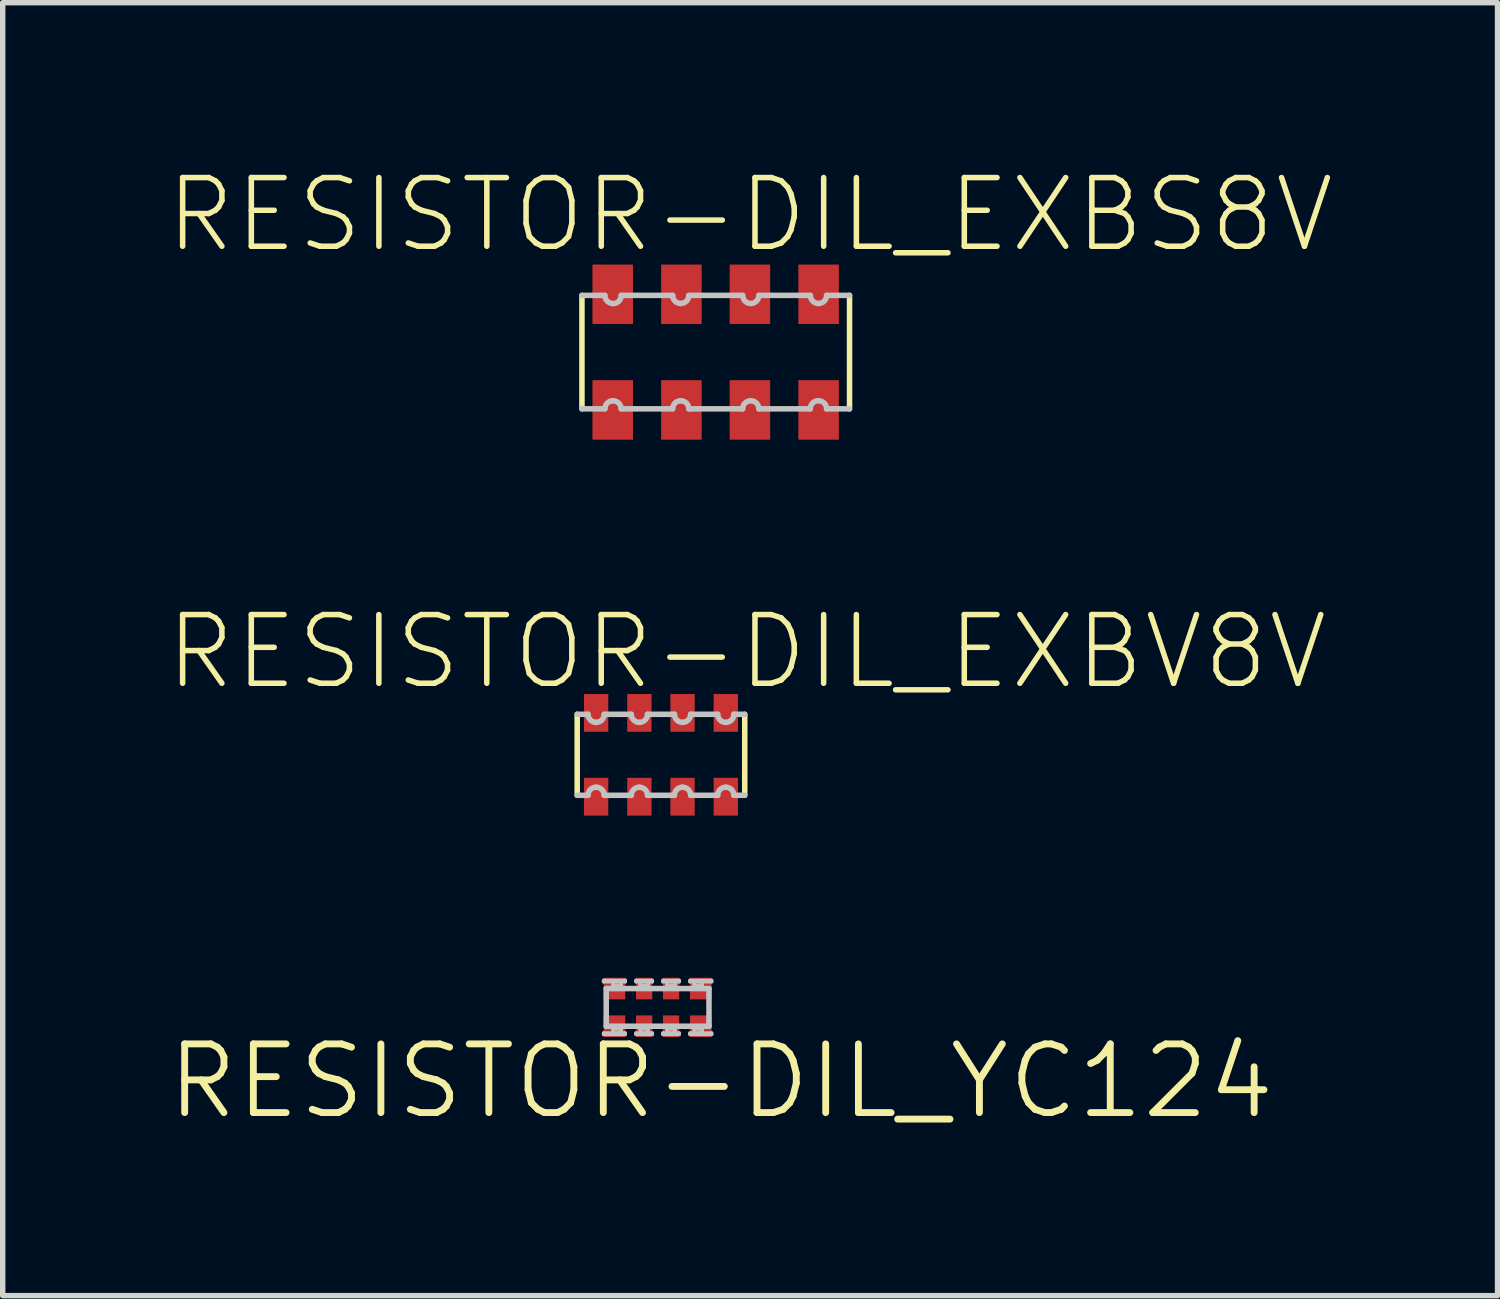
<source format=kicad_pcb>
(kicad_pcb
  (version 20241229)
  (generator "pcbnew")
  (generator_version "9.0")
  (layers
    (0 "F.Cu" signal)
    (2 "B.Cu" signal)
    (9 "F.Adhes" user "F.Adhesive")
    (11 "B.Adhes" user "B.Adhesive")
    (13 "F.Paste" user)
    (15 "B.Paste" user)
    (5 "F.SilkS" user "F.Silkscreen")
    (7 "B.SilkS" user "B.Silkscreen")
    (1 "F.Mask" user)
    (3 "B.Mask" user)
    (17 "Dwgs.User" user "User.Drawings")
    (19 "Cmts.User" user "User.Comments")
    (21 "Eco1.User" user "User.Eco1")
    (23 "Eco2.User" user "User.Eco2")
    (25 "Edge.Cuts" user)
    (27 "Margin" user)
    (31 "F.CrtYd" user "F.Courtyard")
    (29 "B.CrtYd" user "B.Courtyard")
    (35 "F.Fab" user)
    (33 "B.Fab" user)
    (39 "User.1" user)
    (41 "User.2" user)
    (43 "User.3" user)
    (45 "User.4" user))
  (footprint "RESISTOR-DIL_YC124"
    (layer "F.Cu")
    (at 9.11 15.578)
    (property "Reference" "RESISTOR-DIL_YC124" (at 1.173 1.364 0) (layer "F.SilkS") (effects (font (size 1.27 1.27) (thickness 0.127))))
    (attr smd)
    (fp_line (start -0.998 -0.498) (end -0.599 -0.498) (stroke (width 0.066) (type solid)) (layer "Dwgs.User"))
    (fp_line (start -0.998 -0.475) (end -0.998 -0.498) (stroke (width 0.066) (type solid)) (layer "Dwgs.User"))
    (fp_line (start -0.998 -0.475) (end -0.599 -0.475) (stroke (width 0.066) (type solid)) (layer "Dwgs.User"))
    (fp_line (start -0.998 0.475) (end -0.599 0.475) (stroke (width 0.066) (type solid)) (layer "Dwgs.User"))
    (fp_line (start -0.998 0.498) (end -0.998 0.475) (stroke (width 0.066) (type solid)) (layer "Dwgs.User"))
    (fp_line (start -0.998 0.498) (end -0.599 0.498) (stroke (width 0.066) (type solid)) (layer "Dwgs.User"))
    (fp_line (start -0.95 -0.348) (end 0.95 -0.348) (stroke (width 0.102) (type solid)) (layer "Dwgs.User"))
    (fp_line (start -0.95 0.348) (end -0.95 -0.348) (stroke (width 0.102) (type solid)) (layer "Dwgs.User"))
    (fp_line (start -0.823 -0.475) (end -0.673 -0.475) (stroke (width 0.066) (type solid)) (layer "Dwgs.User"))
    (fp_line (start -0.823 -0.399) (end -0.823 -0.475) (stroke (width 0.066) (type solid)) (layer "Dwgs.User"))
    (fp_line (start -0.823 -0.399) (end -0.673 -0.399) (stroke (width 0.066) (type solid)) (layer "Dwgs.User"))
    (fp_line (start -0.823 0.399) (end -0.673 0.399) (stroke (width 0.066) (type solid)) (layer "Dwgs.User"))
    (fp_line (start -0.823 0.475) (end -0.823 0.399) (stroke (width 0.066) (type solid)) (layer "Dwgs.User"))
    (fp_line (start -0.823 0.475) (end -0.673 0.475) (stroke (width 0.066) (type solid)) (layer "Dwgs.User"))
    (fp_line (start -0.673 -0.399) (end -0.673 -0.475) (stroke (width 0.066) (type solid)) (layer "Dwgs.User"))
    (fp_line (start -0.673 0.475) (end -0.673 0.399) (stroke (width 0.066) (type solid)) (layer "Dwgs.User"))
    (fp_line (start -0.599 -0.475) (end -0.599 -0.498) (stroke (width 0.066) (type solid)) (layer "Dwgs.User"))
    (fp_line (start -0.599 0.498) (end -0.599 0.475) (stroke (width 0.066) (type solid)) (layer "Dwgs.User"))
    (fp_line (start -0.399 -0.498) (end -0.099 -0.498) (stroke (width 0.066) (type solid)) (layer "Dwgs.User"))
    (fp_line (start -0.399 -0.475) (end -0.399 -0.498) (stroke (width 0.066) (type solid)) (layer "Dwgs.User"))
    (fp_line (start -0.399 -0.475) (end -0.099 -0.475) (stroke (width 0.066) (type solid)) (layer "Dwgs.User"))
    (fp_line (start -0.399 0.475) (end -0.099 0.475) (stroke (width 0.066) (type solid)) (layer "Dwgs.User"))
    (fp_line (start -0.399 0.498) (end -0.399 0.475) (stroke (width 0.066) (type solid)) (layer "Dwgs.User"))
    (fp_line (start -0.399 0.498) (end -0.099 0.498) (stroke (width 0.066) (type solid)) (layer "Dwgs.User"))
    (fp_line (start -0.323 -0.475) (end -0.173 -0.475) (stroke (width 0.066) (type solid)) (layer "Dwgs.User"))
    (fp_line (start -0.323 -0.399) (end -0.323 -0.475) (stroke (width 0.066) (type solid)) (layer "Dwgs.User"))
    (fp_line (start -0.323 -0.399) (end -0.173 -0.399) (stroke (width 0.066) (type solid)) (layer "Dwgs.User"))
    (fp_line (start -0.323 0.399) (end -0.173 0.399) (stroke (width 0.066) (type solid)) (layer "Dwgs.User"))
    (fp_line (start -0.323 0.475) (end -0.323 0.399) (stroke (width 0.066) (type solid)) (layer "Dwgs.User"))
    (fp_line (start -0.323 0.475) (end -0.173 0.475) (stroke (width 0.066) (type solid)) (layer "Dwgs.User"))
    (fp_line (start -0.173 -0.399) (end -0.173 -0.475) (stroke (width 0.066) (type solid)) (layer "Dwgs.User"))
    (fp_line (start -0.173 0.475) (end -0.173 0.399) (stroke (width 0.066) (type solid)) (layer "Dwgs.User"))
    (fp_line (start -0.099 -0.475) (end -0.099 -0.498) (stroke (width 0.066) (type solid)) (layer "Dwgs.User"))
    (fp_line (start -0.099 0.498) (end -0.099 0.475) (stroke (width 0.066) (type solid)) (layer "Dwgs.User"))
    (fp_line (start 0.099 -0.498) (end 0.399 -0.498) (stroke (width 0.066) (type solid)) (layer "Dwgs.User"))
    (fp_line (start 0.099 -0.475) (end 0.099 -0.498) (stroke (width 0.066) (type solid)) (layer "Dwgs.User"))
    (fp_line (start 0.099 -0.475) (end 0.399 -0.475) (stroke (width 0.066) (type solid)) (layer "Dwgs.User"))
    (fp_line (start 0.099 0.475) (end 0.399 0.475) (stroke (width 0.066) (type solid)) (layer "Dwgs.User"))
    (fp_line (start 0.099 0.498) (end 0.099 0.475) (stroke (width 0.066) (type solid)) (layer "Dwgs.User"))
    (fp_line (start 0.099 0.498) (end 0.399 0.498) (stroke (width 0.066) (type solid)) (layer "Dwgs.User"))
    (fp_line (start 0.173 -0.475) (end 0.323 -0.475) (stroke (width 0.066) (type solid)) (layer "Dwgs.User"))
    (fp_line (start 0.173 -0.399) (end 0.173 -0.475) (stroke (width 0.066) (type solid)) (layer "Dwgs.User"))
    (fp_line (start 0.173 -0.399) (end 0.323 -0.399) (stroke (width 0.066) (type solid)) (layer "Dwgs.User"))
    (fp_line (start 0.173 0.399) (end 0.323 0.399) (stroke (width 0.066) (type solid)) (layer "Dwgs.User"))
    (fp_line (start 0.173 0.475) (end 0.173 0.399) (stroke (width 0.066) (type solid)) (layer "Dwgs.User"))
    (fp_line (start 0.173 0.475) (end 0.323 0.475) (stroke (width 0.066) (type solid)) (layer "Dwgs.User"))
    (fp_line (start 0.323 -0.399) (end 0.323 -0.475) (stroke (width 0.066) (type solid)) (layer "Dwgs.User"))
    (fp_line (start 0.323 0.475) (end 0.323 0.399) (stroke (width 0.066) (type solid)) (layer "Dwgs.User"))
    (fp_line (start 0.399 -0.475) (end 0.399 -0.498) (stroke (width 0.066) (type solid)) (layer "Dwgs.User"))
    (fp_line (start 0.399 0.498) (end 0.399 0.475) (stroke (width 0.066) (type solid)) (layer "Dwgs.User"))
    (fp_line (start 0.599 -0.498) (end 0.998 -0.498) (stroke (width 0.066) (type solid)) (layer "Dwgs.User"))
    (fp_line (start 0.599 -0.475) (end 0.599 -0.498) (stroke (width 0.066) (type solid)) (layer "Dwgs.User"))
    (fp_line (start 0.599 -0.475) (end 0.998 -0.475) (stroke (width 0.066) (type solid)) (layer "Dwgs.User"))
    (fp_line (start 0.599 0.475) (end 0.998 0.475) (stroke (width 0.066) (type solid)) (layer "Dwgs.User"))
    (fp_line (start 0.599 0.498) (end 0.599 0.475) (stroke (width 0.066) (type solid)) (layer "Dwgs.User"))
    (fp_line (start 0.599 0.498) (end 0.998 0.498) (stroke (width 0.066) (type solid)) (layer "Dwgs.User"))
    (fp_line (start 0.673 -0.475) (end 0.823 -0.475) (stroke (width 0.066) (type solid)) (layer "Dwgs.User"))
    (fp_line (start 0.673 -0.399) (end 0.673 -0.475) (stroke (width 0.066) (type solid)) (layer "Dwgs.User"))
    (fp_line (start 0.673 -0.399) (end 0.823 -0.399) (stroke (width 0.066) (type solid)) (layer "Dwgs.User"))
    (fp_line (start 0.673 0.399) (end 0.823 0.399) (stroke (width 0.066) (type solid)) (layer "Dwgs.User"))
    (fp_line (start 0.673 0.475) (end 0.673 0.399) (stroke (width 0.066) (type solid)) (layer "Dwgs.User"))
    (fp_line (start 0.673 0.475) (end 0.823 0.475) (stroke (width 0.066) (type solid)) (layer "Dwgs.User"))
    (fp_line (start 0.823 -0.399) (end 0.823 -0.475) (stroke (width 0.066) (type solid)) (layer "Dwgs.User"))
    (fp_line (start 0.823 0.475) (end 0.823 0.399) (stroke (width 0.066) (type solid)) (layer "Dwgs.User"))
    (fp_line (start 0.95 -0.348) (end 0.95 0.348) (stroke (width 0.102) (type solid)) (layer "Dwgs.User"))
    (fp_line (start 0.95 0.348) (end -0.95 0.348) (stroke (width 0.102) (type solid)) (layer "Dwgs.User"))
    (fp_line (start 0.998 -0.475) (end 0.998 -0.498) (stroke (width 0.066) (type solid)) (layer "Dwgs.User"))
    (fp_line (start 0.998 0.498) (end 0.998 0.475) (stroke (width 0.066) (type solid)) (layer "Dwgs.User"))
    (pad "1" smd rect (at -0.798 0.348) (size 0.399 0.399) (layers "F.Cu" "F.Mask" "F.Paste"))
    (pad "2" smd rect (at -0.249 0.348) (size 0.3 0.399) (layers "F.Cu" "F.Mask" "F.Paste"))
    (pad "3" smd rect (at 0.249 0.348) (size 0.3 0.399) (layers "F.Cu" "F.Mask" "F.Paste"))
    (pad "4" smd rect (at 0.798 0.348) (size 0.399 0.399) (layers "F.Cu" "F.Mask" "F.Paste"))
    (pad "5" smd rect (at 0.798 -0.348) (size 0.399 0.399) (layers "F.Cu" "F.Mask" "F.Paste"))
    (pad "6" smd rect (at 0.249 -0.348) (size 0.3 0.399) (layers "F.Cu" "F.Mask" "F.Paste"))
    (pad "7" smd rect (at -0.249 -0.348) (size 0.3 0.399) (layers "F.Cu" "F.Mask" "F.Paste"))
    (pad "8" smd rect (at -0.798 -0.348) (size 0.399 0.399) (layers "F.Cu" "F.Mask" "F.Paste")))
  (footprint "RESISTOR-DIL_EXBS8V"
    (layer "F.Cu")
    (at 10.185 3.461)
    (property "Reference" "RESISTOR-DIL_EXBS8V" (at 0.635 -2.54 0) (layer "F.SilkS") (effects (font (size 1.27 1.27) (thickness 0.102))))
    (attr smd)
    (fp_line (start -2.474 1.049) (end -2.474 -1.049) (stroke (width 0.102) (type solid)) (layer "F.SilkS"))
    (fp_line (start 2.474 -1.049) (end 2.474 1.049) (stroke (width 0.102) (type solid)) (layer "F.SilkS"))
    (fp_line (start -2.474 -1.049) (end -2.05 -1.049) (stroke (width 0.102) (type solid)) (layer "Dwgs.User"))
    (fp_line (start -2.05 1.049) (end -2.474 1.049) (stroke (width 0.102) (type solid)) (layer "Dwgs.User"))
    (fp_line (start -1.748 -1.049) (end -0.798 -1.049) (stroke (width 0.102) (type solid)) (layer "Dwgs.User"))
    (fp_line (start -0.798 1.049) (end -1.748 1.049) (stroke (width 0.102) (type solid)) (layer "Dwgs.User"))
    (fp_line (start -0.498 -1.049) (end 0.498 -1.049) (stroke (width 0.102) (type solid)) (layer "Dwgs.User"))
    (fp_line (start 0.498 1.049) (end -0.498 1.049) (stroke (width 0.102) (type solid)) (layer "Dwgs.User"))
    (fp_line (start 0.798 -1.049) (end 1.748 -1.049) (stroke (width 0.102) (type solid)) (layer "Dwgs.User"))
    (fp_line (start 1.748 1.049) (end 0.798 1.049) (stroke (width 0.102) (type solid)) (layer "Dwgs.User"))
    (fp_line (start 2.05 -1.049) (end 2.474 -1.049) (stroke (width 0.102) (type solid)) (layer "Dwgs.User"))
    (fp_line (start 2.474 1.049) (end 2.05 1.049) (stroke (width 0.102) (type solid)) (layer "Dwgs.User"))
    (fp_arc (start -2.04978 1.04902) (mid -2.005887 0.943053) (end -1.89992 0.89916) (stroke (width 0.1016) (type solid)) (layer "Dwgs.User"))
    (fp_arc (start -1.89992 -0.89916) (mid -2.005887 -0.943053) (end -2.04978 -1.04902) (stroke (width 0.1016) (type solid)) (layer "Dwgs.User"))
    (fp_arc (start -1.89992 0.89916) (mid -1.793953 0.943053) (end -1.75006 1.04902) (stroke (width 0.1016) (type solid)) (layer "Dwgs.User"))
    (fp_arc (start -1.74752 -1.04902) (mid -1.792157 -0.941257) (end -1.89992 -0.89662) (stroke (width 0.1016) (type solid)) (layer "Dwgs.User"))
    (fp_arc (start -0.79756 1.04902) (mid -0.753667 0.943053) (end -0.6477 0.89916) (stroke (width 0.1016) (type solid)) (layer "Dwgs.User"))
    (fp_arc (start -0.6477 -0.89916) (mid -0.753667 -0.943053) (end -0.79756 -1.04902) (stroke (width 0.1016) (type solid)) (layer "Dwgs.User"))
    (fp_arc (start -0.6477 0.89916) (mid -0.541733 0.943053) (end -0.49784 1.04902) (stroke (width 0.1016) (type solid)) (layer "Dwgs.User"))
    (fp_arc (start -0.49784 -1.04902) (mid -0.541733 -0.943053) (end -0.6477 -0.89916) (stroke (width 0.1016) (type solid)) (layer "Dwgs.User"))
    (fp_arc (start 0.49784 1.04902) (mid 0.541733 0.943053) (end 0.6477 0.89916) (stroke (width 0.1016) (type solid)) (layer "Dwgs.User"))
    (fp_arc (start 0.6477 -0.89916) (mid 0.541733 -0.943053) (end 0.49784 -1.04902) (stroke (width 0.1016) (type solid)) (layer "Dwgs.User"))
    (fp_arc (start 0.6477 0.89916) (mid 0.753667 0.943053) (end 0.79756 1.04902) (stroke (width 0.1016) (type solid)) (layer "Dwgs.User"))
    (fp_arc (start 0.79756 -1.04902) (mid 0.753667 -0.943053) (end 0.6477 -0.89916) (stroke (width 0.1016) (type solid)) (layer "Dwgs.User"))
    (fp_arc (start 1.74752 1.04902) (mid 1.792157 0.941257) (end 1.89992 0.89662) (stroke (width 0.1016) (type solid)) (layer "Dwgs.User"))
    (fp_arc (start 1.89992 -0.89916) (mid 1.793953 -0.943053) (end 1.75006 -1.04902) (stroke (width 0.1016) (type solid)) (layer "Dwgs.User"))
    (fp_arc (start 1.89992 0.89916) (mid 2.005887 0.943053) (end 2.04978 1.04902) (stroke (width 0.1016) (type solid)) (layer "Dwgs.User"))
    (fp_arc (start 2.04978 -1.04902) (mid 2.005887 -0.943053) (end 1.89992 -0.89916) (stroke (width 0.1016) (type solid)) (layer "Dwgs.User"))
    (pad "1" smd rect (at -1.905 1.069) (size 0.749 1.1) (layers "F.Cu" "F.Mask" "F.Paste"))
    (pad "2" smd rect (at -0.635 1.069) (size 0.749 1.1) (layers "F.Cu" "F.Mask" "F.Paste"))
    (pad "3" smd rect (at 0.632 1.069) (size 0.749 1.1) (layers "F.Cu" "F.Mask" "F.Paste"))
    (pad "4" smd rect (at 1.902 1.069) (size 0.749 1.1) (layers "F.Cu" "F.Mask" "F.Paste"))
    (pad "5" smd rect (at 1.902 -1.069 180) (size 0.749 1.1) (layers "F.Cu" "F.Mask" "F.Paste"))
    (pad "6" smd rect (at 0.632 -1.069 180) (size 0.749 1.1) (layers "F.Cu" "F.Mask" "F.Paste"))
    (pad "7" smd rect (at -0.635 -1.069 180) (size 0.749 1.1) (layers "F.Cu" "F.Mask" "F.Paste"))
    (pad "8" smd rect (at -1.905 -1.069 180) (size 0.749 1.1) (layers "F.Cu" "F.Mask" "F.Paste")))
  (footprint "RESISTOR-DIL_EXBV8V"
    (layer "F.Cu")
    (at 9.172 10.907)
    (property "Reference" "RESISTOR-DIL_EXBV8V" (at 1.587 -1.905 0) (layer "F.SilkS") (effects (font (size 1.27 1.27) (thickness 0.102))))
    (attr smd)
    (fp_line (start -1.549 0.749) (end -1.549 -0.749) (stroke (width 0.102) (type solid)) (layer "F.SilkS"))
    (fp_line (start 1.549 -0.749) (end 1.549 0.749) (stroke (width 0.102) (type solid)) (layer "F.SilkS"))
    (fp_line (start -1.549 -0.749) (end -1.349 -0.749) (stroke (width 0.102) (type solid)) (layer "Dwgs.User"))
    (fp_line (start -1.349 0.749) (end -1.549 0.749) (stroke (width 0.102) (type solid)) (layer "Dwgs.User"))
    (fp_line (start -1.049 -0.749) (end -0.549 -0.749) (stroke (width 0.102) (type solid)) (layer "Dwgs.User"))
    (fp_line (start -0.549 0.749) (end -1.049 0.749) (stroke (width 0.102) (type solid)) (layer "Dwgs.User"))
    (fp_line (start -0.249 -0.749) (end 0.249 -0.749) (stroke (width 0.102) (type solid)) (layer "Dwgs.User"))
    (fp_line (start 0.249 0.749) (end -0.249 0.749) (stroke (width 0.102) (type solid)) (layer "Dwgs.User"))
    (fp_line (start 0.549 -0.749) (end 1.049 -0.749) (stroke (width 0.102) (type solid)) (layer "Dwgs.User"))
    (fp_line (start 1.049 0.749) (end 0.549 0.749) (stroke (width 0.102) (type solid)) (layer "Dwgs.User"))
    (fp_line (start 1.349 -0.749) (end 1.549 -0.749) (stroke (width 0.102) (type solid)) (layer "Dwgs.User"))
    (fp_line (start 1.549 0.749) (end 1.349 0.749) (stroke (width 0.102) (type solid)) (layer "Dwgs.User"))
    (fp_arc (start -1.34874 0.7493) (mid -1.304847 0.643333) (end -1.19888 0.59944) (stroke (width 0.1016) (type solid)) (layer "Dwgs.User"))
    (fp_arc (start -1.19888 -0.59944) (mid -1.304847 -0.643333) (end -1.34874 -0.7493) (stroke (width 0.1016) (type solid)) (layer "Dwgs.User"))
    (fp_arc (start -1.19888 0.59944) (mid -1.092913 0.643333) (end -1.04902 0.7493) (stroke (width 0.1016) (type solid)) (layer "Dwgs.User"))
    (fp_arc (start -1.04902 -0.7493) (mid -1.092913 -0.643333) (end -1.19888 -0.59944) (stroke (width 0.1016) (type solid)) (layer "Dwgs.User"))
    (fp_arc (start -0.54864 0.7493) (mid -0.504747 0.643333) (end -0.39878 0.59944) (stroke (width 0.1016) (type solid)) (layer "Dwgs.User"))
    (fp_arc (start -0.39878 -0.59944) (mid -0.504747 -0.643333) (end -0.54864 -0.7493) (stroke (width 0.1016) (type solid)) (layer "Dwgs.User"))
    (fp_arc (start -0.39878 0.59944) (mid -0.292813 0.643333) (end -0.24892 0.7493) (stroke (width 0.1016) (type solid)) (layer "Dwgs.User"))
    (fp_arc (start -0.24892 -0.7493) (mid -0.292813 -0.643333) (end -0.39878 -0.59944) (stroke (width 0.1016) (type solid)) (layer "Dwgs.User"))
    (fp_arc (start 0.24892 0.7493) (mid 0.292813 0.643333) (end 0.39878 0.59944) (stroke (width 0.1016) (type solid)) (layer "Dwgs.User"))
    (fp_arc (start 0.39878 -0.59944) (mid 0.292813 -0.643333) (end 0.24892 -0.7493) (stroke (width 0.1016) (type solid)) (layer "Dwgs.User"))
    (fp_arc (start 0.39878 0.59944) (mid 0.504747 0.643333) (end 0.54864 0.7493) (stroke (width 0.1016) (type solid)) (layer "Dwgs.User"))
    (fp_arc (start 0.54864 -0.7493) (mid 0.504747 -0.643333) (end 0.39878 -0.59944) (stroke (width 0.1016) (type solid)) (layer "Dwgs.User"))
    (fp_arc (start 1.04902 0.7493) (mid 1.092913 0.643333) (end 1.19888 0.59944) (stroke (width 0.1016) (type solid)) (layer "Dwgs.User"))
    (fp_arc (start 1.19888 -0.59944) (mid 1.092913 -0.643333) (end 1.04902 -0.7493) (stroke (width 0.1016) (type solid)) (layer "Dwgs.User"))
    (fp_arc (start 1.19888 0.59944) (mid 1.304847 0.643333) (end 1.34874 0.7493) (stroke (width 0.1016) (type solid)) (layer "Dwgs.User"))
    (fp_arc (start 1.34874 -0.7493) (mid 1.304847 -0.643333) (end 1.19888 -0.59944) (stroke (width 0.1016) (type solid)) (layer "Dwgs.User"))
    (pad "1" smd rect (at -1.199 0.775) (size 0.45 0.699) (layers "F.Cu" "F.Mask" "F.Paste"))
    (pad "2" smd rect (at -0.399 0.775) (size 0.45 0.699) (layers "F.Cu" "F.Mask" "F.Paste"))
    (pad "3" smd rect (at 0.399 0.775) (size 0.45 0.699) (layers "F.Cu" "F.Mask" "F.Paste"))
    (pad "4" smd rect (at 1.199 0.775) (size 0.45 0.699) (layers "F.Cu" "F.Mask" "F.Paste"))
    (pad "5" smd rect (at 1.199 -0.775 180) (size 0.45 0.699) (layers "F.Cu" "F.Mask" "F.Paste"))
    (pad "6" smd rect (at 0.399 -0.775 180) (size 0.45 0.699) (layers "F.Cu" "F.Mask" "F.Paste"))
    (pad "7" smd rect (at -0.399 -0.775 180) (size 0.45 0.699) (layers "F.Cu" "F.Mask" "F.Paste"))
    (pad "8" smd rect (at -1.199 -0.775 180) (size 0.45 0.699) (layers "F.Cu" "F.Mask" "F.Paste")))
  (gr_rect
    (start -3 -3)
    (end 24.641 20.908)
    (stroke (width 0.1) (type default))
    (fill no)
    (layer "Edge.Cuts")))
</source>
